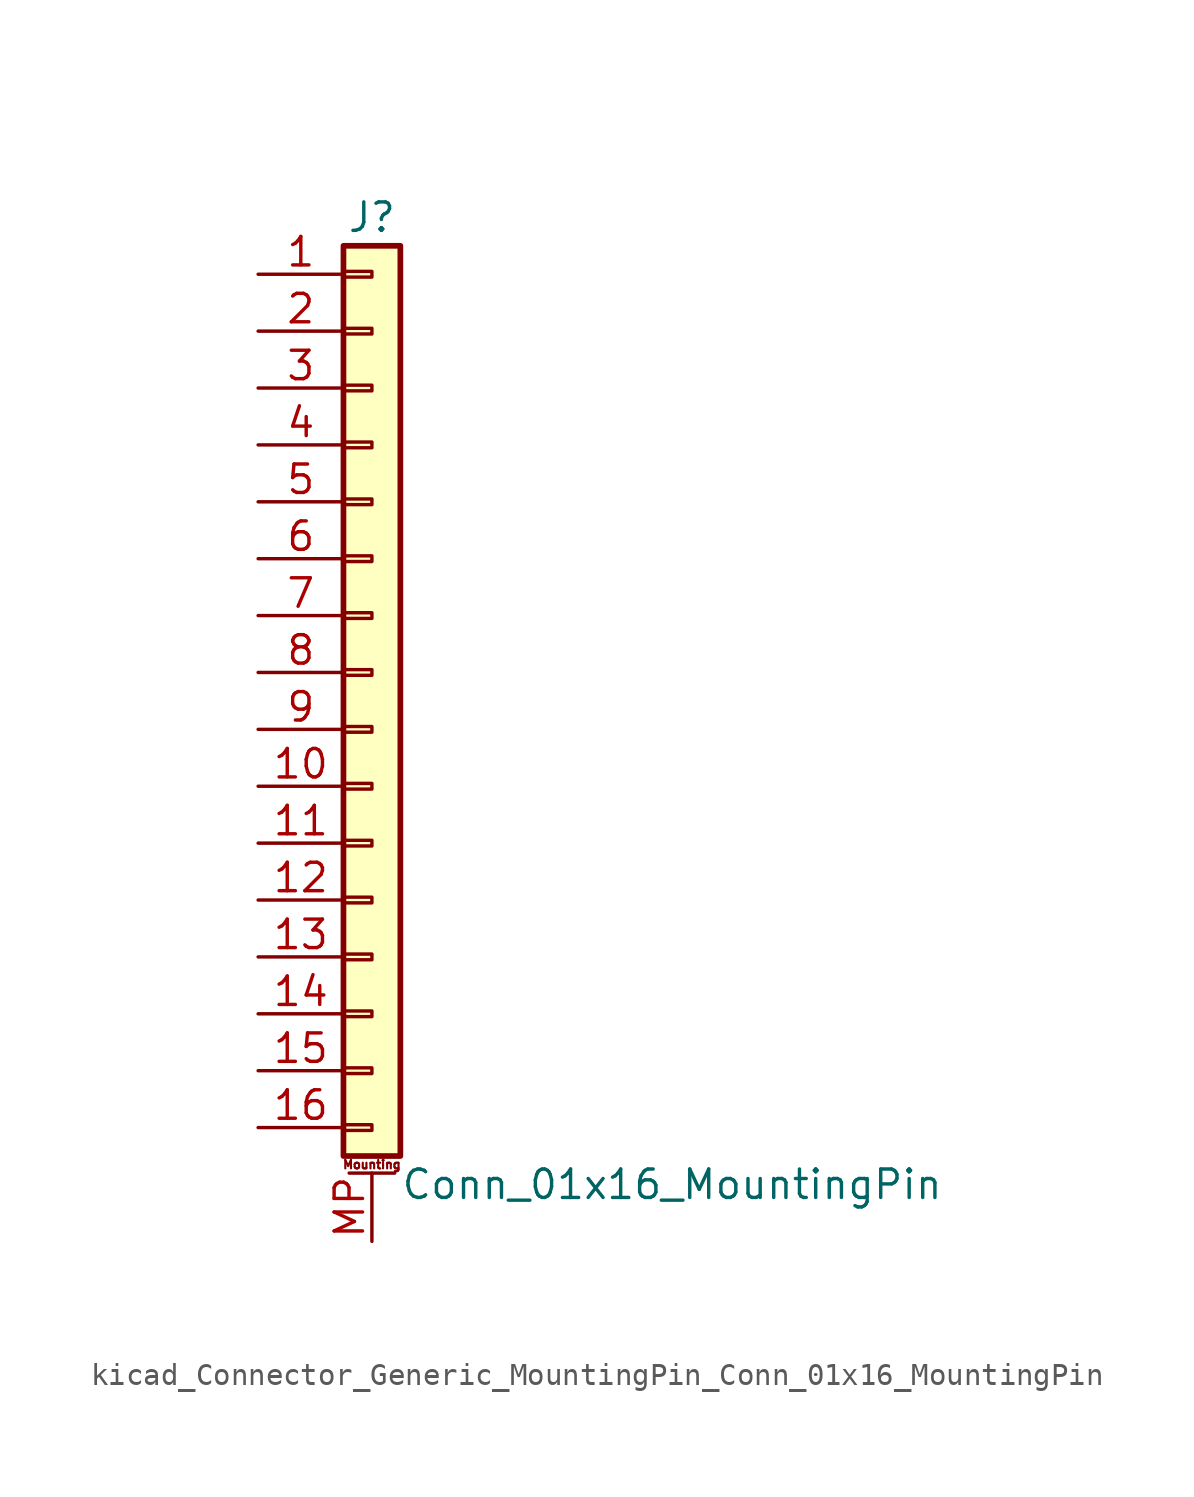
<source format=kicad_sym>
(kicad_symbol_lib
  (version 20220914)
  (generator kicad_symbol_editor)
  (symbol "kicad_Connector_Generic_MountingPin_Conn_01x16_MountingPin"
    (pin_names
      (offset 1.016) hide)
    (property "Reference" "J"
      (at 0 20.32 0)
      (effects (font (size 1.27 1.27))))
    (property "Value" "Conn_01x16_MountingPin"
      (at 1.27 -22.86 0)
      (effects (font (size 1.27 1.27)) (justify left)))
    (symbol "kicad_Connector_Generic_MountingPin_Conn_01x16_MountingPin_1_1"
      (rectangle (start -1.27 -20.193) (end 0 -20.447) (stroke (width 0.152) (type default)) (fill (type none)))
      (rectangle (start -1.27 -17.653) (end 0 -17.907) (stroke (width 0.152) (type default)) (fill (type none)))
      (rectangle (start -1.27 -15.113) (end 0 -15.367) (stroke (width 0.152) (type default)) (fill (type none)))
      (rectangle (start -1.27 -12.573) (end 0 -12.827) (stroke (width 0.152) (type default)) (fill (type none)))
      (rectangle (start -1.27 -10.033) (end 0 -10.287) (stroke (width 0.152) (type default)) (fill (type none)))
      (rectangle (start -1.27 -7.493) (end 0 -7.747) (stroke (width 0.152) (type default)) (fill (type none)))
      (rectangle (start -1.27 -4.953) (end 0 -5.207) (stroke (width 0.152) (type default)) (fill (type none)))
      (rectangle (start -1.27 -2.413) (end 0 -2.667) (stroke (width 0.152) (type default)) (fill (type none)))
      (rectangle (start -1.27 0.127) (end 0 -0.127) (stroke (width 0.152) (type default)) (fill (type none)))
      (rectangle (start -1.27 2.667) (end 0 2.413) (stroke (width 0.152) (type default)) (fill (type none)))
      (rectangle (start -1.27 5.207) (end 0 4.953) (stroke (width 0.152) (type default)) (fill (type none)))
      (rectangle (start -1.27 7.747) (end 0 7.493) (stroke (width 0.152) (type default)) (fill (type none)))
      (rectangle (start -1.27 10.287) (end 0 10.033) (stroke (width 0.152) (type default)) (fill (type none)))
      (rectangle (start -1.27 12.827) (end 0 12.573) (stroke (width 0.152) (type default)) (fill (type none)))
      (rectangle (start -1.27 15.367) (end 0 15.113) (stroke (width 0.152) (type default)) (fill (type none)))
      (rectangle (start -1.27 17.907) (end 0 17.653) (stroke (width 0.152) (type default)) (fill (type none)))
      (rectangle (start -1.27 19.05) (end 1.27 -21.59) (stroke (width 0.254) (type default)) (fill (type background)))
      (polyline (pts (xy -1.016 -22.352) (xy 1.016 -22.352)) (stroke (width 0.152) (type default)) (fill (type none)))
      (text "Mounting" (at 0 -21.971 0) (effects (font (size 0.381 0.381))))
      (pin passive line (at -5.08 17.78 0) (length 3.81) (name "Pin_1" (effects (font (size 1.27 1.27)))) (number "1" (effects (font (size 1.27 1.27)))))
      (pin passive line (at -5.08 -5.08 0) (length 3.81) (name "Pin_10" (effects (font (size 1.27 1.27)))) (number "10" (effects (font (size 1.27 1.27)))))
      (pin passive line (at -5.08 -7.62 0) (length 3.81) (name "Pin_11" (effects (font (size 1.27 1.27)))) (number "11" (effects (font (size 1.27 1.27)))))
      (pin passive line (at -5.08 -10.16 0) (length 3.81) (name "Pin_12" (effects (font (size 1.27 1.27)))) (number "12" (effects (font (size 1.27 1.27)))))
      (pin passive line (at -5.08 -12.7 0) (length 3.81) (name "Pin_13" (effects (font (size 1.27 1.27)))) (number "13" (effects (font (size 1.27 1.27)))))
      (pin passive line (at -5.08 -15.24 0) (length 3.81) (name "Pin_14" (effects (font (size 1.27 1.27)))) (number "14" (effects (font (size 1.27 1.27)))))
      (pin passive line (at -5.08 -17.78 0) (length 3.81) (name "Pin_15" (effects (font (size 1.27 1.27)))) (number "15" (effects (font (size 1.27 1.27)))))
      (pin passive line (at -5.08 -20.32 0) (length 3.81) (name "Pin_16" (effects (font (size 1.27 1.27)))) (number "16" (effects (font (size 1.27 1.27)))))
      (pin passive line (at -5.08 15.24 0) (length 3.81) (name "Pin_2" (effects (font (size 1.27 1.27)))) (number "2" (effects (font (size 1.27 1.27)))))
      (pin passive line (at -5.08 12.7 0) (length 3.81) (name "Pin_3" (effects (font (size 1.27 1.27)))) (number "3" (effects (font (size 1.27 1.27)))))
      (pin passive line (at -5.08 10.16 0) (length 3.81) (name "Pin_4" (effects (font (size 1.27 1.27)))) (number "4" (effects (font (size 1.27 1.27)))))
      (pin passive line (at -5.08 7.62 0) (length 3.81) (name "Pin_5" (effects (font (size 1.27 1.27)))) (number "5" (effects (font (size 1.27 1.27)))))
      (pin passive line (at -5.08 5.08 0) (length 3.81) (name "Pin_6" (effects (font (size 1.27 1.27)))) (number "6" (effects (font (size 1.27 1.27)))))
      (pin passive line (at -5.08 2.54 0) (length 3.81) (name "Pin_7" (effects (font (size 1.27 1.27)))) (number "7" (effects (font (size 1.27 1.27)))))
      (pin passive line (at -5.08 0 0) (length 3.81) (name "Pin_8" (effects (font (size 1.27 1.27)))) (number "8" (effects (font (size 1.27 1.27)))))
      (pin passive line (at -5.08 -2.54 0) (length 3.81) (name "Pin_9" (effects (font (size 1.27 1.27)))) (number "9" (effects (font (size 1.27 1.27)))))
      (pin passive line (at 0 -25.4 90) (length 3.048) (name "MountPin" (effects (font (size 1.27 1.27)))) (number "MP" (effects (font (size 1.27 1.27))))))))
</source>
